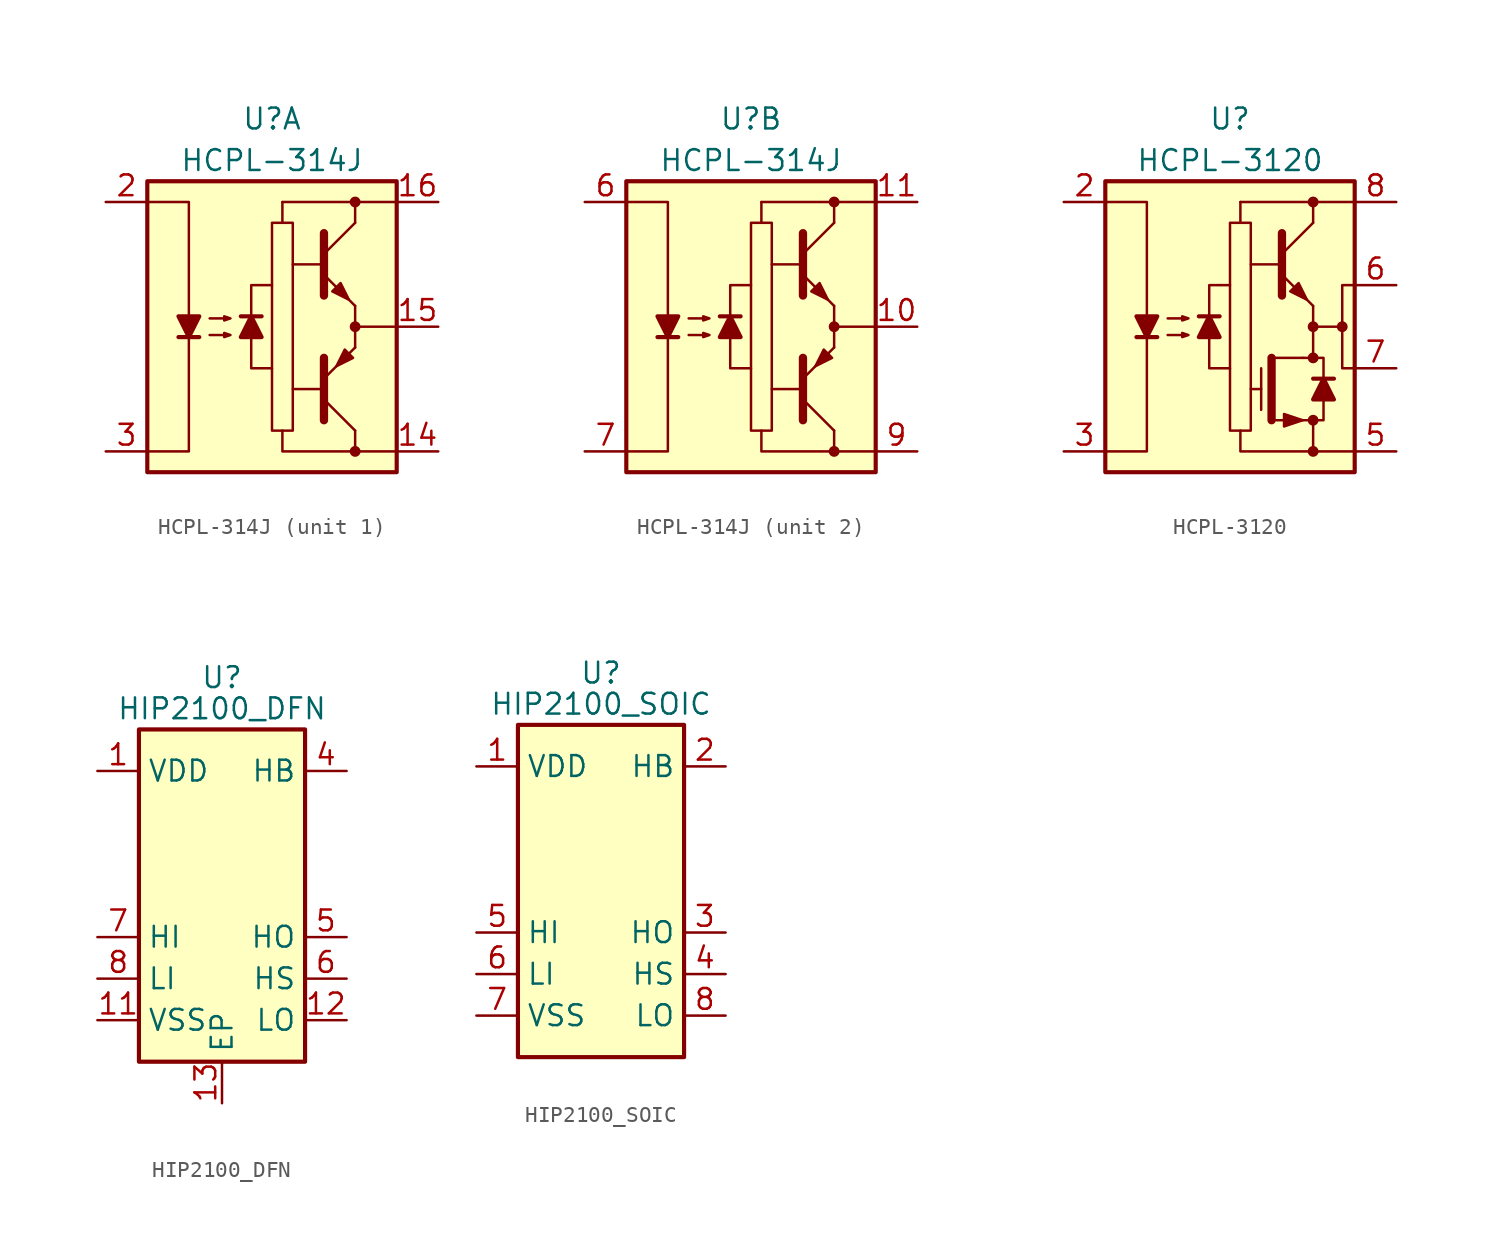
<source format=kicad_sym>
(kicad_symbol_lib
  (version 20220914)
  (generator kicad_symbol_editor)
  (symbol "HCPL-314J"
    (pin_names hide)
    (property "Reference" "U"
      (at 0 12.7 0)
      (effects (font (size 1.27 1.27))))
    (property "Value" "HCPL-314J"
      (at 0 10.16 0)
      (effects (font (size 1.27 1.27))))
    (symbol "HCPL-314J_0_1"
      (rectangle (start -7.62 8.89) (end 7.62 -8.89) (stroke (width 0.254) (type default)) (fill (type background)))
      (polyline (pts (xy -5.715 -0.635) (xy -4.445 -0.635)) (stroke (width 0.254) (type default)) (fill (type none)))
      (polyline (pts (xy -0.635 0.635) (xy -1.905 0.635)) (stroke (width 0.254) (type default)) (fill (type none)))
      (polyline (pts (xy 3.048 -3.81) (xy 1.27 -3.81)) (stroke (width 0) (type default)) (fill (type none)))
      (polyline (pts (xy 3.048 3.81) (xy 1.27 3.81)) (stroke (width 0) (type default)) (fill (type none)))
      (polyline (pts (xy 3.175 -4.445) (xy 5.08 -6.35)) (stroke (width 0) (type default)) (fill (type none)))
      (polyline (pts (xy 3.175 4.445) (xy 5.08 6.35)) (stroke (width 0) (type default)) (fill (type none)))
      (polyline (pts (xy 5.08 -6.35) (xy 5.08 -7.62)) (stroke (width 0) (type default)) (fill (type none)))
      (polyline (pts (xy 5.08 -1.27) (xy 3.175 -3.175)) (stroke (width 0) (type default)) (fill (type outline)))
      (polyline (pts (xy 5.08 0) (xy 7.62 0)) (stroke (width 0) (type default)) (fill (type none)))
      (polyline (pts (xy 5.08 1.27) (xy 3.175 3.175)) (stroke (width 0) (type default)) (fill (type outline)))
      (polyline (pts (xy 5.08 6.35) (xy 5.08 7.62)) (stroke (width 0) (type default)) (fill (type none)))
      (polyline (pts (xy 7.62 7.62) (xy 0.635 7.62)) (stroke (width 0) (type default)) (fill (type none)))
      (polyline (pts (xy -1.27 -0.635) (xy -1.27 -2.54) (xy 0 -2.54)) (stroke (width 0) (type default)) (fill (type none)))
      (polyline (pts (xy -1.27 0.635) (xy -1.27 2.54) (xy 0 2.54)) (stroke (width 0) (type default)) (fill (type none)))
      (polyline (pts (xy 0.635 -6.35) (xy 0.635 -7.62) (xy 7.62 -7.62)) (stroke (width 0) (type default)) (fill (type none)))
      (polyline (pts (xy 3.175 -5.715) (xy 3.175 -1.905) (xy 3.175 -1.905)) (stroke (width 0.508) (type default)) (fill (type none)))
      (polyline (pts (xy 3.175 5.715) (xy 3.175 1.905) (xy 3.175 1.905)) (stroke (width 0.508) (type default)) (fill (type none)))
      (polyline (pts (xy -7.62 7.62) (xy -5.08 7.62) (xy -5.08 -7.62) (xy -7.62 -7.62)) (stroke (width 0) (type default)) (fill (type none)))
      (polyline (pts (xy -5.08 -0.635) (xy -5.715 0.635) (xy -4.445 0.635) (xy -5.08 -0.635)) (stroke (width 0.254) (type default)) (fill (type outline)))
      (polyline (pts (xy -1.27 0.635) (xy -0.635 -0.635) (xy -1.905 -0.635) (xy -1.27 0.635)) (stroke (width 0.254) (type default)) (fill (type outline)))
      (polyline (pts (xy -3.81 -0.508) (xy -2.54 -0.508) (xy -2.921 -0.635) (xy -2.921 -0.381) (xy -2.54 -0.508)) (stroke (width 0) (type default)) (fill (type none)))
      (polyline (pts (xy -3.81 0.508) (xy -2.54 0.508) (xy -2.921 0.381) (xy -2.921 0.635) (xy -2.54 0.508)) (stroke (width 0) (type default)) (fill (type none)))
      (polyline (pts (xy 1.27 6.35) (xy 1.27 -6.35) (xy 0 -6.35) (xy 0 6.35) (xy 1.27 6.35)) (stroke (width 0) (type default)) (fill (type none)))
      (polyline (pts (xy 3.683 2.159) (xy 4.191 2.667) (xy 4.699 1.651) (xy 3.683 2.159) (xy 3.683 2.159)) (stroke (width 0) (type default)) (fill (type outline)))
      (polyline (pts (xy 4.953 -1.905) (xy 4.445 -1.397) (xy 3.937 -2.413) (xy 4.953 -1.905) (xy 4.953 -1.905)) (stroke (width 0) (type default)) (fill (type outline)))
      (rectangle (start 0.635 6.35) (end 0.635 6.35) (stroke (width 0) (type default)) (fill (type none)))
      (rectangle (start 0.635 6.35) (end 0.635 7.62) (stroke (width 0) (type default)) (fill (type none)))
      (circle (center 5.08 -7.62) (radius 0.254) (stroke (width 0) (type default)) (fill (type outline)))
      (circle (center 5.08 0) (radius 0.254) (stroke (width 0) (type default)) (fill (type outline)))
      (rectangle (start 5.08 1.27) (end 5.08 -1.27) (stroke (width 0) (type default)) (fill (type none)))
      (circle (center 5.08 7.62) (radius 0.254) (stroke (width 0) (type default)) (fill (type outline))))
    (symbol "HCPL-314J_1_1"
      (pin no_connect line (at -7.62 0 0) (length 2.54) hide (name "NC" (effects (font (size 1.27 1.27)))) (number "1" (effects (font (size 1.27 1.27)))))
      (pin power_in line (at 10.16 -7.62 180) (length 2.54) (name "VEE" (effects (font (size 1.27 1.27)))) (number "14" (effects (font (size 1.27 1.27)))))
      (pin output line (at 10.16 0 180) (length 2.54) (name "VO" (effects (font (size 1.27 1.27)))) (number "15" (effects (font (size 1.27 1.27)))))
      (pin power_in line (at 10.16 7.62 180) (length 2.54) (name "VCC" (effects (font (size 1.27 1.27)))) (number "16" (effects (font (size 1.27 1.27)))))
      (pin passive line (at -10.16 7.62 0) (length 2.54) (name "A" (effects (font (size 1.27 1.27)))) (number "2" (effects (font (size 1.27 1.27)))))
      (pin passive line (at -10.16 -7.62 0) (length 2.54) (name "C" (effects (font (size 1.27 1.27)))) (number "3" (effects (font (size 1.27 1.27))))))
    (symbol "HCPL-314J_2_1"
      (pin output line (at 10.16 0 180) (length 2.54) (name "VO" (effects (font (size 1.27 1.27)))) (number "10" (effects (font (size 1.27 1.27)))))
      (pin power_in line (at 10.16 7.62 180) (length 2.54) (name "VCC" (effects (font (size 1.27 1.27)))) (number "11" (effects (font (size 1.27 1.27)))))
      (pin passive line (at -10.16 7.62 0) (length 2.54) (name "A" (effects (font (size 1.27 1.27)))) (number "6" (effects (font (size 1.27 1.27)))))
      (pin passive line (at -10.16 -7.62 0) (length 2.54) (name "C" (effects (font (size 1.27 1.27)))) (number "7" (effects (font (size 1.27 1.27)))))
      (pin no_connect line (at -7.62 0 0) (length 2.54) hide (name "NC" (effects (font (size 1.27 1.27)))) (number "8" (effects (font (size 1.27 1.27)))))
      (pin power_in line (at 10.16 -7.62 180) (length 2.54) (name "VEE" (effects (font (size 1.27 1.27)))) (number "9" (effects (font (size 1.27 1.27)))))))
  (symbol "HCPL-3120"
    (pin_names hide)
    (property "Reference" "U"
      (at 0 12.7 0)
      (effects (font (size 1.27 1.27))))
    (property "Value" "HCPL-3120"
      (at 0 10.16 0)
      (effects (font (size 1.27 1.27))))
    (symbol "HCPL-3120_0_1"
      (rectangle (start -7.62 8.89) (end 7.62 -8.89) (stroke (width 0.254) (type default)) (fill (type background)))
      (polyline (pts (xy -5.715 -0.635) (xy -4.445 -0.635)) (stroke (width 0.254) (type default)) (fill (type none)))
      (polyline (pts (xy -0.635 0.635) (xy -1.905 0.635)) (stroke (width 0.254) (type default)) (fill (type none)))
      (polyline (pts (xy 1.27 -3.81) (xy 1.905 -3.81)) (stroke (width 0) (type default)) (fill (type none)))
      (polyline (pts (xy 1.905 -5.08) (xy 1.905 -2.54)) (stroke (width 0) (type default)) (fill (type none)))
      (polyline (pts (xy 2.54 -5.715) (xy 2.54 -1.905)) (stroke (width 0.508) (type default)) (fill (type none)))
      (polyline (pts (xy 3.048 3.81) (xy 1.27 3.81)) (stroke (width 0) (type default)) (fill (type none)))
      (polyline (pts (xy 3.175 4.445) (xy 5.08 6.35)) (stroke (width 0) (type default)) (fill (type none)))
      (polyline (pts (xy 4.445 -1.905) (xy 2.54 -1.905)) (stroke (width 0) (type default)) (fill (type none)))
      (polyline (pts (xy 5.08 -5.715) (xy 5.08 -7.62)) (stroke (width 0) (type default)) (fill (type none)))
      (polyline (pts (xy 5.08 0) (xy 6.858 0)) (stroke (width 0) (type default)) (fill (type none)))
      (polyline (pts (xy 5.08 1.27) (xy 3.175 3.175)) (stroke (width 0) (type default)) (fill (type outline)))
      (polyline (pts (xy 5.08 1.27) (xy 5.08 -1.905)) (stroke (width 0) (type default)) (fill (type none)))
      (polyline (pts (xy 5.08 6.35) (xy 5.08 7.62)) (stroke (width 0) (type default)) (fill (type none)))
      (polyline (pts (xy 6.35 -3.175) (xy 5.08 -3.175)) (stroke (width 0.254) (type default)) (fill (type none)))
      (polyline (pts (xy 7.62 7.62) (xy 0.635 7.62)) (stroke (width 0) (type default)) (fill (type none)))
      (polyline (pts (xy -1.27 -0.635) (xy -1.27 -2.54) (xy 0 -2.54)) (stroke (width 0) (type default)) (fill (type none)))
      (polyline (pts (xy -1.27 0.635) (xy -1.27 2.54) (xy 0 2.54)) (stroke (width 0) (type default)) (fill (type none)))
      (polyline (pts (xy 0.635 -6.35) (xy 0.635 -7.62) (xy 7.62 -7.62)) (stroke (width 0) (type default)) (fill (type none)))
      (polyline (pts (xy 3.175 5.715) (xy 3.175 1.905) (xy 3.175 1.905)) (stroke (width 0.508) (type default)) (fill (type none)))
      (polyline (pts (xy 4.445 -1.905) (xy 5.715 -1.905) (xy 5.715 -3.175)) (stroke (width 0) (type default)) (fill (type none)))
      (polyline (pts (xy 5.715 -4.445) (xy 5.715 -5.715) (xy 2.54 -5.715)) (stroke (width 0) (type default)) (fill (type none)))
      (polyline (pts (xy -7.62 7.62) (xy -5.08 7.62) (xy -5.08 -7.62) (xy -7.62 -7.62)) (stroke (width 0) (type default)) (fill (type none)))
      (polyline (pts (xy -5.08 -0.635) (xy -5.715 0.635) (xy -4.445 0.635) (xy -5.08 -0.635)) (stroke (width 0.254) (type default)) (fill (type outline)))
      (polyline (pts (xy -1.27 0.635) (xy -0.635 -0.635) (xy -1.905 -0.635) (xy -1.27 0.635)) (stroke (width 0.254) (type default)) (fill (type outline)))
      (polyline (pts (xy 4.445 -5.715) (xy 3.302 -5.334) (xy 3.302 -6.096) (xy 4.445 -5.715)) (stroke (width 0) (type default)) (fill (type outline)))
      (polyline (pts (xy 5.715 -3.175) (xy 6.35 -4.445) (xy 5.08 -4.445) (xy 5.715 -3.175)) (stroke (width 0.254) (type default)) (fill (type outline)))
      (polyline (pts (xy 7.62 2.54) (xy 6.858 2.54) (xy 6.858 -2.54) (xy 7.62 -2.54)) (stroke (width 0) (type default)) (fill (type none)))
      (polyline (pts (xy -3.81 -0.508) (xy -2.54 -0.508) (xy -2.921 -0.635) (xy -2.921 -0.381) (xy -2.54 -0.508)) (stroke (width 0) (type default)) (fill (type none)))
      (polyline (pts (xy -3.81 0.508) (xy -2.54 0.508) (xy -2.921 0.381) (xy -2.921 0.635) (xy -2.54 0.508)) (stroke (width 0) (type default)) (fill (type none)))
      (polyline (pts (xy 1.27 6.35) (xy 1.27 -6.35) (xy 0 -6.35) (xy 0 6.35) (xy 1.27 6.35)) (stroke (width 0) (type default)) (fill (type none)))
      (polyline (pts (xy 3.683 2.159) (xy 4.191 2.667) (xy 4.699 1.651) (xy 3.683 2.159) (xy 3.683 2.159)) (stroke (width 0) (type default)) (fill (type outline)))
      (rectangle (start 0.635 6.35) (end 0.635 6.35) (stroke (width 0) (type default)) (fill (type none)))
      (rectangle (start 0.635 6.35) (end 0.635 7.62) (stroke (width 0) (type default)) (fill (type none)))
      (circle (center 5.08 -7.62) (radius 0.254) (stroke (width 0) (type default)) (fill (type outline)))
      (circle (center 5.08 -5.715) (radius 0.254) (stroke (width 0) (type default)) (fill (type outline)))
      (circle (center 5.08 -1.905) (radius 0.254) (stroke (width 0) (type default)) (fill (type outline)))
      (circle (center 5.08 0) (radius 0.254) (stroke (width 0) (type default)) (fill (type outline)))
      (circle (center 5.08 7.62) (radius 0.254) (stroke (width 0) (type default)) (fill (type outline)))
      (circle (center 6.858 0) (radius 0.254) (stroke (width 0) (type default)) (fill (type outline))))
    (symbol "HCPL-3120_1_1"
      (pin no_connect line (at -7.62 2.54 0) (length 2.54) hide (name "NC" (effects (font (size 1.27 1.27)))) (number "1" (effects (font (size 1.27 1.27)))))
      (pin passive line (at -10.16 7.62 0) (length 2.54) (name "A" (effects (font (size 1.27 1.27)))) (number "2" (effects (font (size 1.27 1.27)))))
      (pin passive line (at -10.16 -7.62 0) (length 2.54) (name "C" (effects (font (size 1.27 1.27)))) (number "3" (effects (font (size 1.27 1.27)))))
      (pin no_connect line (at -7.62 -2.54 0) (length 2.54) hide (name "NC" (effects (font (size 1.27 1.27)))) (number "4" (effects (font (size 1.27 1.27)))))
      (pin power_out line (at 10.16 -7.62 180) (length 2.54) (name "VEE" (effects (font (size 1.27 1.27)))) (number "5" (effects (font (size 1.27 1.27)))))
      (pin output line (at 10.16 2.54 180) (length 2.54) (name "VO" (effects (font (size 1.27 1.27)))) (number "6" (effects (font (size 1.27 1.27)))))
      (pin output line (at 10.16 -2.54 180) (length 2.54) (name "VO" (effects (font (size 1.27 1.27)))) (number "7" (effects (font (size 1.27 1.27)))))
      (pin power_in line (at 10.16 7.62 180) (length 2.54) (name "VCC" (effects (font (size 1.27 1.27)))) (number "8" (effects (font (size 1.27 1.27)))))))
  (symbol "HIP2100_DFN"
    (property "Reference" "U"
      (at 0 13.335 0)
      (effects (font (size 1.27 1.27))))
    (property "Value" "HIP2100_DFN"
      (at 0 11.43 0)
      (effects (font (size 1.27 1.27))))
    (symbol "HIP2100_DFN_0_1"
      (rectangle (start -5.08 -10.16) (end 5.08 10.16) (stroke (width 0.254) (type default)) (fill (type background))))
    (symbol "HIP2100_DFN_1_1"
      (pin power_in line (at -7.62 7.62 0) (length 2.54) (name "VDD" (effects (font (size 1.27 1.27)))) (number "1" (effects (font (size 1.27 1.27)))))
      (pin no_connect line (at 5.08 2.54 180) (length 2.54) hide (name "NC" (effects (font (size 1.27 1.27)))) (number "10" (effects (font (size 1.27 1.27)))))
      (pin power_in line (at -7.62 -7.62 0) (length 2.54) (name "VSS" (effects (font (size 1.27 1.27)))) (number "11" (effects (font (size 1.27 1.27)))))
      (pin output line (at 7.62 -7.62 180) (length 2.54) (name "LO" (effects (font (size 1.27 1.27)))) (number "12" (effects (font (size 1.27 1.27)))))
      (pin output line (at 0 -12.7 90) (length 2.54) (name "EP" (effects (font (size 1.27 1.27)))) (number "13" (effects (font (size 1.27 1.27)))))
      (pin no_connect line (at -5.08 5.08 0) (length 2.54) hide (name "NC" (effects (font (size 1.27 1.27)))) (number "2" (effects (font (size 1.27 1.27)))))
      (pin no_connect line (at -5.08 2.54 0) (length 2.54) hide (name "NC" (effects (font (size 1.27 1.27)))) (number "3" (effects (font (size 1.27 1.27)))))
      (pin passive line (at 7.62 7.62 180) (length 2.54) (name "HB" (effects (font (size 1.27 1.27)))) (number "4" (effects (font (size 1.27 1.27)))))
      (pin output line (at 7.62 -2.54 180) (length 2.54) (name "HO" (effects (font (size 1.27 1.27)))) (number "5" (effects (font (size 1.27 1.27)))))
      (pin passive line (at 7.62 -5.08 180) (length 2.54) (name "HS" (effects (font (size 1.27 1.27)))) (number "6" (effects (font (size 1.27 1.27)))))
      (pin input line (at -7.62 -2.54 0) (length 2.54) (name "HI" (effects (font (size 1.27 1.27)))) (number "7" (effects (font (size 1.27 1.27)))))
      (pin input line (at -7.62 -5.08 0) (length 2.54) (name "LI" (effects (font (size 1.27 1.27)))) (number "8" (effects (font (size 1.27 1.27)))))
      (pin no_connect line (at 5.08 5.08 180) (length 2.54) hide (name "NC" (effects (font (size 1.27 1.27)))) (number "9" (effects (font (size 1.27 1.27)))))))
  (symbol "HIP2100_SOIC"
    (property "Reference" "U"
      (at 0 13.335 0)
      (effects (font (size 1.27 1.27))))
    (property "Value" "HIP2100_SOIC"
      (at 0 11.43 0)
      (effects (font (size 1.27 1.27))))
    (symbol "HIP2100_SOIC_0_1"
      (rectangle (start -5.08 -10.16) (end 5.08 10.16) (stroke (width 0.254) (type default)) (fill (type background))))
    (symbol "HIP2100_SOIC_1_1"
      (pin power_in line (at -7.62 7.62 0) (length 2.54) (name "VDD" (effects (font (size 1.27 1.27)))) (number "1" (effects (font (size 1.27 1.27)))))
      (pin passive line (at 7.62 7.62 180) (length 2.54) (name "HB" (effects (font (size 1.27 1.27)))) (number "2" (effects (font (size 1.27 1.27)))))
      (pin output line (at 7.62 -2.54 180) (length 2.54) (name "HO" (effects (font (size 1.27 1.27)))) (number "3" (effects (font (size 1.27 1.27)))))
      (pin passive line (at 7.62 -5.08 180) (length 2.54) (name "HS" (effects (font (size 1.27 1.27)))) (number "4" (effects (font (size 1.27 1.27)))))
      (pin input line (at -7.62 -2.54 0) (length 2.54) (name "HI" (effects (font (size 1.27 1.27)))) (number "5" (effects (font (size 1.27 1.27)))))
      (pin input line (at -7.62 -5.08 0) (length 2.54) (name "LI" (effects (font (size 1.27 1.27)))) (number "6" (effects (font (size 1.27 1.27)))))
      (pin power_in line (at -7.62 -7.62 0) (length 2.54) (name "VSS" (effects (font (size 1.27 1.27)))) (number "7" (effects (font (size 1.27 1.27)))))
      (pin output line (at 7.62 -7.62 180) (length 2.54) (name "LO" (effects (font (size 1.27 1.27)))) (number "8" (effects (font (size 1.27 1.27))))))))
</source>
